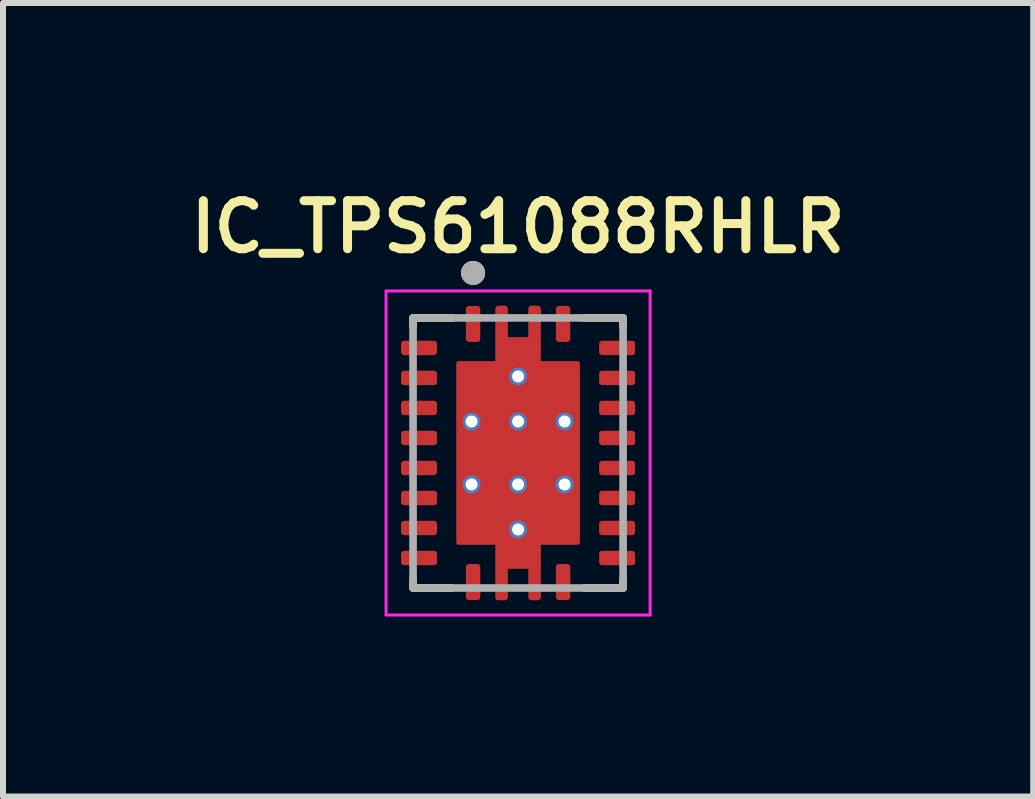
<source format=kicad_pcb>
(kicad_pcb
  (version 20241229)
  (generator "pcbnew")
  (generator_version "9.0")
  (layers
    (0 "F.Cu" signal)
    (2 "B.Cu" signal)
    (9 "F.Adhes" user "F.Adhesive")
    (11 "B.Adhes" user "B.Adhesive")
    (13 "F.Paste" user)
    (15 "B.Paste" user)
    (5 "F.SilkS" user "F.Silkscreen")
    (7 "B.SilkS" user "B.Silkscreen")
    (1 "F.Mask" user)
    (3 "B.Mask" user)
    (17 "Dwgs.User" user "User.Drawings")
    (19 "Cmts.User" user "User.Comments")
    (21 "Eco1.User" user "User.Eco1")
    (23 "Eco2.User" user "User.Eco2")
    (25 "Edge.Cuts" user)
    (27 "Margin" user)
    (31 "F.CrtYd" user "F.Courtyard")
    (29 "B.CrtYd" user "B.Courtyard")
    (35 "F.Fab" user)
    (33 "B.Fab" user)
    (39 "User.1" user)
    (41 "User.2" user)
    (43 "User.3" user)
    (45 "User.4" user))
  (footprint "IC_TPS61088RHLR"
    (layer "F.Cu")
    (at 5.583 4.498)
    (property "Reference" "IC_TPS61088RHLR" (at 0 -3.766 0) (layer "F.SilkS") (effects (font (size 0.801 0.801) (thickness 0.15))))
    (attr through_hole)
    (fp_line (start -1.75 -2.25) (end -1.1 -2.25) (stroke (width 0.127) (type solid)) (layer "F.SilkS"))
    (fp_line (start -1.75 -2.1) (end -1.75 -2.25) (stroke (width 0.127) (type solid)) (layer "F.SilkS"))
    (fp_line (start -1.75 2.1) (end -1.75 2.25) (stroke (width 0.127) (type solid)) (layer "F.SilkS"))
    (fp_line (start -1.75 2.25) (end -1.1 2.25) (stroke (width 0.127) (type solid)) (layer "F.SilkS"))
    (fp_line (start 1.1 -2.25) (end 1.75 -2.25) (stroke (width 0.127) (type solid)) (layer "F.SilkS"))
    (fp_line (start 1.1 2.25) (end 1.75 2.25) (stroke (width 0.127) (type solid)) (layer "F.SilkS"))
    (fp_line (start 1.75 -2.25) (end 1.75 -2.1) (stroke (width 0.127) (type solid)) (layer "F.SilkS"))
    (fp_line (start 1.75 2.25) (end 1.75 2.1) (stroke (width 0.127) (type solid)) (layer "F.SilkS"))
    (fp_circle (center -0.75 -3) (end -0.65 -3) (stroke (width 0.2) (type solid)) (fill no) (layer "F.SilkS"))
    (fp_poly (pts (xy -1.02 -0.625) (xy -0.1 -0.625) (xy -0.1 -1.475) (xy -1.02 -1.475)) (stroke (width 0.01) (type solid)) (fill yes) (layer "F.Paste"))
    (fp_poly (pts (xy -1.02 0.425) (xy -0.1 0.425) (xy -0.1 -0.425) (xy -1.02 -0.425)) (stroke (width 0.01) (type solid)) (fill yes) (layer "F.Paste"))
    (fp_poly (pts (xy -1.02 1.475) (xy -0.1 1.475) (xy -0.1 0.625) (xy -1.02 0.625)) (stroke (width 0.01) (type solid)) (fill yes) (layer "F.Paste"))
    (fp_poly (pts (xy 0.1 -0.625) (xy 1.02 -0.625) (xy 1.02 -1.475) (xy 0.1 -1.475)) (stroke (width 0.01) (type solid)) (fill yes) (layer "F.Paste"))
    (fp_poly (pts (xy 0.1 0.425) (xy 1.02 0.425) (xy 1.02 -0.425) (xy 0.1 -0.425)) (stroke (width 0.01) (type solid)) (fill yes) (layer "F.Paste"))
    (fp_poly (pts (xy 0.1 1.475) (xy 1.02 1.475) (xy 1.02 0.625) (xy 0.1 0.625)) (stroke (width 0.01) (type solid)) (fill yes) (layer "F.Paste"))
    (fp_poly (pts (xy -0.375 -1.675) (xy -0.375 -2.4) (xy -0.375 -2.403) (xy -0.375 -2.405) (xy -0.374 -2.408) (xy -0.374 -2.41) (xy -0.373 -2.413) (xy -0.373 -2.415) (xy -0.372 -2.418) (xy -0.371 -2.42) (xy -0.37 -2.423) (xy -0.368 -2.425) (xy -0.367 -2.427) (xy -0.365 -2.429) (xy -0.364 -2.431) (xy -0.362 -2.433) (xy -0.36 -2.435) (xy -0.358 -2.437) (xy -0.356 -2.439) (xy -0.354 -2.44) (xy -0.352 -2.442) (xy -0.35 -2.443) (xy -0.348 -2.445) (xy -0.345 -2.446) (xy -0.343 -2.447) (xy -0.34 -2.448) (xy -0.338 -2.448) (xy -0.335 -2.449) (xy -0.333 -2.449) (xy -0.33 -2.45) (xy -0.328 -2.45) (xy -0.325 -2.45) (xy -0.225 -2.45) (xy -0.222 -2.45) (xy -0.22 -2.45) (xy -0.217 -2.449) (xy -0.215 -2.449) (xy -0.212 -2.448) (xy -0.21 -2.448) (xy -0.207 -2.447) (xy -0.205 -2.446) (xy -0.202 -2.445) (xy -0.2 -2.443) (xy -0.198 -2.442) (xy -0.196 -2.44) (xy -0.194 -2.439) (xy -0.192 -2.437) (xy -0.19 -2.435) (xy -0.188 -2.433) (xy -0.186 -2.431) (xy -0.185 -2.429) (xy -0.183 -2.427) (xy -0.182 -2.425) (xy -0.18 -2.423) (xy -0.179 -2.42) (xy -0.178 -2.418) (xy -0.177 -2.415) (xy -0.177 -2.413) (xy -0.176 -2.41) (xy -0.176 -2.408) (xy -0.175 -2.405) (xy -0.175 -2.403) (xy -0.175 -2.4) (xy -0.175 -1.925) (xy 0.175 -1.925) (xy 0.175 -2.4) (xy 0.175 -2.403) (xy 0.175 -2.405) (xy 0.176 -2.408) (xy 0.176 -2.41) (xy 0.177 -2.413) (xy 0.177 -2.415) (xy 0.178 -2.418) (xy 0.179 -2.42) (xy 0.18 -2.423) (xy 0.182 -2.425) (xy 0.183 -2.427) (xy 0.185 -2.429) (xy 0.186 -2.431) (xy 0.188 -2.433) (xy 0.19 -2.435) (xy 0.192 -2.437) (xy 0.194 -2.439) (xy 0.196 -2.44) (xy 0.198 -2.442) (xy 0.2 -2.443) (xy 0.202 -2.445) (xy 0.205 -2.446) (xy 0.207 -2.447) (xy 0.21 -2.448) (xy 0.212 -2.448) (xy 0.215 -2.449) (xy 0.217 -2.449) (xy 0.22 -2.45) (xy 0.222 -2.45) (xy 0.225 -2.45) (xy 0.325 -2.45) (xy 0.328 -2.45) (xy 0.33 -2.45) (xy 0.333 -2.449) (xy 0.335 -2.449) (xy 0.338 -2.448) (xy 0.34 -2.448) (xy 0.343 -2.447) (xy 0.345 -2.446) (xy 0.348 -2.445) (xy 0.35 -2.443) (xy 0.352 -2.442) (xy 0.354 -2.44) (xy 0.356 -2.439) (xy 0.358 -2.437) (xy 0.36 -2.435) (xy 0.362 -2.433) (xy 0.364 -2.431) (xy 0.365 -2.429) (xy 0.367 -2.427) (xy 0.368 -2.425) (xy 0.37 -2.423) (xy 0.371 -2.42) (xy 0.372 -2.418) (xy 0.373 -2.415) (xy 0.373 -2.413) (xy 0.374 -2.41) (xy 0.374 -2.408) (xy 0.375 -2.405) (xy 0.375 -2.403) (xy 0.375 -2.4) (xy 0.375 -1.675) (xy -0.375 -1.675)) (stroke (width 0.01) (type solid)) (fill yes) (layer "F.Paste"))
    (fp_poly (pts (xy 0.375 1.675) (xy 0.375 2.4) (xy 0.375 2.403) (xy 0.375 2.405) (xy 0.374 2.408) (xy 0.374 2.41) (xy 0.373 2.413) (xy 0.373 2.415) (xy 0.372 2.418) (xy 0.371 2.42) (xy 0.37 2.423) (xy 0.368 2.425) (xy 0.367 2.427) (xy 0.365 2.429) (xy 0.364 2.431) (xy 0.362 2.433) (xy 0.36 2.435) (xy 0.358 2.437) (xy 0.356 2.439) (xy 0.354 2.44) (xy 0.352 2.442) (xy 0.35 2.443) (xy 0.348 2.445) (xy 0.345 2.446) (xy 0.343 2.447) (xy 0.34 2.448) (xy 0.338 2.448) (xy 0.335 2.449) (xy 0.333 2.449) (xy 0.33 2.45) (xy 0.328 2.45) (xy 0.325 2.45) (xy 0.225 2.45) (xy 0.222 2.45) (xy 0.22 2.45) (xy 0.217 2.449) (xy 0.215 2.449) (xy 0.212 2.448) (xy 0.21 2.448) (xy 0.207 2.447) (xy 0.205 2.446) (xy 0.202 2.445) (xy 0.2 2.443) (xy 0.198 2.442) (xy 0.196 2.44) (xy 0.194 2.439) (xy 0.192 2.437) (xy 0.19 2.435) (xy 0.188 2.433) (xy 0.186 2.431) (xy 0.185 2.429) (xy 0.183 2.427) (xy 0.182 2.425) (xy 0.18 2.423) (xy 0.179 2.42) (xy 0.178 2.418) (xy 0.177 2.415) (xy 0.177 2.413) (xy 0.176 2.41) (xy 0.176 2.408) (xy 0.175 2.405) (xy 0.175 2.403) (xy 0.175 2.4) (xy 0.175 1.925) (xy -0.175 1.925) (xy -0.175 2.4) (xy -0.175 2.403) (xy -0.175 2.405) (xy -0.176 2.408) (xy -0.176 2.41) (xy -0.177 2.413) (xy -0.177 2.415) (xy -0.178 2.418) (xy -0.179 2.42) (xy -0.18 2.423) (xy -0.182 2.425) (xy -0.183 2.427) (xy -0.185 2.429) (xy -0.186 2.431) (xy -0.188 2.433) (xy -0.19 2.435) (xy -0.192 2.437) (xy -0.194 2.439) (xy -0.196 2.44) (xy -0.198 2.442) (xy -0.2 2.443) (xy -0.202 2.445) (xy -0.205 2.446) (xy -0.207 2.447) (xy -0.21 2.448) (xy -0.212 2.448) (xy -0.215 2.449) (xy -0.217 2.449) (xy -0.22 2.45) (xy -0.222 2.45) (xy -0.225 2.45) (xy -0.325 2.45) (xy -0.328 2.45) (xy -0.33 2.45) (xy -0.333 2.449) (xy -0.335 2.449) (xy -0.338 2.448) (xy -0.34 2.448) (xy -0.343 2.447) (xy -0.345 2.446) (xy -0.348 2.445) (xy -0.35 2.443) (xy -0.352 2.442) (xy -0.354 2.44) (xy -0.356 2.439) (xy -0.358 2.437) (xy -0.36 2.435) (xy -0.362 2.433) (xy -0.364 2.431) (xy -0.365 2.429) (xy -0.367 2.427) (xy -0.368 2.425) (xy -0.37 2.423) (xy -0.371 2.42) (xy -0.372 2.418) (xy -0.373 2.415) (xy -0.373 2.413) (xy -0.374 2.41) (xy -0.374 2.408) (xy -0.375 2.405) (xy -0.375 2.403) (xy -0.375 2.4) (xy -0.375 1.675) (xy 0.375 1.675)) (stroke (width 0.01) (type solid)) (fill yes) (layer "F.Paste"))
    (fp_line (start -2.2 -2.7) (end -2.2 2.7) (stroke (width 0.05) (type solid)) (layer "F.CrtYd"))
    (fp_line (start -2.2 2.7) (end 2.2 2.7) (stroke (width 0.05) (type solid)) (layer "F.CrtYd"))
    (fp_line (start 2.2 -2.7) (end -2.2 -2.7) (stroke (width 0.05) (type solid)) (layer "F.CrtYd"))
    (fp_line (start 2.2 2.7) (end 2.2 -2.7) (stroke (width 0.05) (type solid)) (layer "F.CrtYd"))
    (fp_line (start -1.75 -2.25) (end 1.75 -2.25) (stroke (width 0.127) (type solid)) (layer "F.Fab"))
    (fp_line (start -1.75 2.25) (end -1.75 -2.25) (stroke (width 0.127) (type solid)) (layer "F.Fab"))
    (fp_line (start 1.75 -2.25) (end 1.75 2.25) (stroke (width 0.127) (type solid)) (layer "F.Fab"))
    (fp_line (start 1.75 2.25) (end -1.75 2.25) (stroke (width 0.127) (type solid)) (layer "F.Fab"))
    (fp_circle (center -0.75 -3) (end -0.65 -3) (stroke (width 0.2) (type solid)) (fill no) (layer "F.Fab"))
    (pad "1" smd roundrect (at -0.75 -2.15) (size 0.24 0.6) (layers "F.Cu" "F.Mask" "F.Paste") (roundrect_rratio 0.21))
    (pad "2" smd roundrect (at -1.65 -1.75) (size 0.6 0.24) (layers "F.Cu" "F.Mask" "F.Paste") (roundrect_rratio 0.21))
    (pad "3" smd roundrect (at -1.65 -1.25) (size 0.6 0.24) (layers "F.Cu" "F.Mask" "F.Paste") (roundrect_rratio 0.21))
    (pad "4" smd roundrect (at -1.65 -0.75) (size 0.6 0.24) (layers "F.Cu" "F.Mask" "F.Paste") (roundrect_rratio 0.21))
    (pad "5" smd roundrect (at -1.65 -0.25) (size 0.6 0.24) (layers "F.Cu" "F.Mask" "F.Paste") (roundrect_rratio 0.21))
    (pad "6" smd roundrect (at -1.65 0.25) (size 0.6 0.24) (layers "F.Cu" "F.Mask" "F.Paste") (roundrect_rratio 0.21))
    (pad "7" smd roundrect (at -1.65 0.75) (size 0.6 0.24) (layers "F.Cu" "F.Mask" "F.Paste") (roundrect_rratio 0.21))
    (pad "8" smd roundrect (at -1.65 1.25) (size 0.6 0.24) (layers "F.Cu" "F.Mask" "F.Paste") (roundrect_rratio 0.21))
    (pad "9" smd roundrect (at -1.65 1.75) (size 0.6 0.24) (layers "F.Cu" "F.Mask" "F.Paste") (roundrect_rratio 0.21))
    (pad "10" smd roundrect (at -0.75 2.15) (size 0.24 0.6) (layers "F.Cu" "F.Mask" "F.Paste") (roundrect_rratio 0.21))
    (pad "11" smd roundrect (at 0.75 2.15) (size 0.24 0.6) (layers "F.Cu" "F.Mask" "F.Paste") (roundrect_rratio 0.21))
    (pad "12" smd roundrect (at 1.65 1.75) (size 0.6 0.24) (layers "F.Cu" "F.Mask" "F.Paste") (roundrect_rratio 0.21))
    (pad "13" smd roundrect (at 1.65 1.25) (size 0.6 0.24) (layers "F.Cu" "F.Mask" "F.Paste") (roundrect_rratio 0.21))
    (pad "14" smd roundrect (at 1.65 0.75) (size 0.6 0.24) (layers "F.Cu" "F.Mask" "F.Paste") (roundrect_rratio 0.21))
    (pad "15" smd roundrect (at 1.65 0.25) (size 0.6 0.24) (layers "F.Cu" "F.Mask" "F.Paste") (roundrect_rratio 0.21))
    (pad "16" smd roundrect (at 1.65 -0.25) (size 0.6 0.24) (layers "F.Cu" "F.Mask" "F.Paste") (roundrect_rratio 0.21))
    (pad "17" smd roundrect (at 1.65 -0.75) (size 0.6 0.24) (layers "F.Cu" "F.Mask" "F.Paste") (roundrect_rratio 0.21))
    (pad "18" smd roundrect (at 1.65 -1.25) (size 0.6 0.24) (layers "F.Cu" "F.Mask" "F.Paste") (roundrect_rratio 0.21))
    (pad "19" smd roundrect (at 1.65 -1.75) (size 0.6 0.24) (layers "F.Cu" "F.Mask" "F.Paste") (roundrect_rratio 0.21))
    (pad "20" smd roundrect (at 0.75 -2.15) (size 0.24 0.6) (layers "F.Cu" "F.Mask" "F.Paste") (roundrect_rratio 0.21))
    (pad "21" thru_hole circle (at -0.775 -0.525) (size 0.3 0.3) (drill 0.2) (layers "*.Cu" "*.Mask"))
    (pad "21" thru_hole circle (at -0.775 0.525) (size 0.3 0.3) (drill 0.2) (layers "*.Cu" "*.Mask"))
    (pad "21" thru_hole circle (at 0 -1.275) (size 0.3 0.3) (drill 0.2) (layers "*.Cu" "*.Mask"))
    (pad "21" thru_hole circle (at 0 -0.525) (size 0.3 0.3) (drill 0.2) (layers "*.Cu" "*.Mask"))
    (pad "21" smd custom (at 0 0) (size 2.05 3.05) (layers "F.Cu" "F.Mask") (options (anchor rect)) (primitives (gr_poly (pts (xy -0.375 -1.525) (xy -0.375 -2.4) (xy -0.375 -2.403) (xy -0.375 -2.405) (xy -0.374 -2.408) (xy -0.374 -2.41) (xy -0.373 -2.413) (xy -0.373 -2.415) (xy -0.372 -2.418) (xy -0.371 -2.42) (xy -0.37 -2.423) (xy -0.368 -2.425) (xy -0.367 -2.427) (xy -0.365 -2.429) (xy -0.364 -2.431) (xy -0.362 -2.433) (xy -0.36 -2.435) (xy -0.358 -2.437) (xy -0.356 -2.439) (xy -0.354 -2.44) (xy -0.352 -2.442) (xy -0.35 -2.443) (xy -0.348 -2.445) (xy -0.345 -2.446) (xy -0.343 -2.447) (xy -0.34 -2.448) (xy -0.338 -2.448) (xy -0.335 -2.449) (xy -0.333 -2.449) (xy -0.33 -2.45) (xy -0.328 -2.45) (xy -0.325 -2.45) (xy -0.225 -2.45) (xy -0.222 -2.45) (xy -0.22 -2.45) (xy -0.217 -2.449) (xy -0.215 -2.449) (xy -0.212 -2.448) (xy -0.21 -2.448) (xy -0.207 -2.447) (xy -0.205 -2.446) (xy -0.202 -2.445) (xy -0.2 -2.443) (xy -0.198 -2.442) (xy -0.196 -2.44) (xy -0.194 -2.439) (xy -0.192 -2.437) (xy -0.19 -2.435) (xy -0.188 -2.433) (xy -0.186 -2.431) (xy -0.185 -2.429) (xy -0.183 -2.427) (xy -0.182 -2.425) (xy -0.18 -2.423) (xy -0.179 -2.42) (xy -0.178 -2.418) (xy -0.177 -2.415) (xy -0.177 -2.413) (xy -0.176 -2.41) (xy -0.176 -2.408) (xy -0.175 -2.405) (xy -0.175 -2.403) (xy -0.175 -2.4) (xy -0.175 -1.925) (xy 0.175 -1.925) (xy 0.175 -2.4) (xy 0.175 -2.403) (xy 0.175 -2.405) (xy 0.176 -2.408) (xy 0.176 -2.41) (xy 0.177 -2.413) (xy 0.177 -2.415) (xy 0.178 -2.418) (xy 0.179 -2.42) (xy 0.18 -2.423) (xy 0.182 -2.425) (xy 0.183 -2.427) (xy 0.185 -2.429) (xy 0.186 -2.431) (xy 0.188 -2.433) (xy 0.19 -2.435) (xy 0.192 -2.437) (xy 0.194 -2.439) (xy 0.196 -2.44) (xy 0.198 -2.442) (xy 0.2 -2.443) (xy 0.202 -2.445) (xy 0.205 -2.446) (xy 0.207 -2.447) (xy 0.21 -2.448) (xy 0.212 -2.448) (xy 0.215 -2.449) (xy 0.217 -2.449) (xy 0.22 -2.45) (xy 0.222 -2.45) (xy 0.225 -2.45) (xy 0.325 -2.45) (xy 0.328 -2.45) (xy 0.33 -2.45) (xy 0.333 -2.449) (xy 0.335 -2.449) (xy 0.338 -2.448) (xy 0.34 -2.448) (xy 0.343 -2.447) (xy 0.345 -2.446) (xy 0.348 -2.445) (xy 0.35 -2.443) (xy 0.352 -2.442) (xy 0.354 -2.44) (xy 0.356 -2.439) (xy 0.358 -2.437) (xy 0.36 -2.435) (xy 0.362 -2.433) (xy 0.364 -2.431) (xy 0.365 -2.429) (xy 0.367 -2.427) (xy 0.368 -2.425) (xy 0.37 -2.423) (xy 0.371 -2.42) (xy 0.372 -2.418) (xy 0.373 -2.415) (xy 0.373 -2.413) (xy 0.374 -2.41) (xy 0.374 -2.408) (xy 0.375 -2.405) (xy 0.375 -2.403) (xy 0.375 -2.4) (xy 0.375 -1.525) (xy 0.975 -1.525) (xy 0.978 -1.525) (xy 0.98 -1.525) (xy 0.983 -1.524) (xy 0.985 -1.524) (xy 0.988 -1.523) (xy 0.99 -1.523) (xy 0.993 -1.522) (xy 0.995 -1.521) (xy 0.998 -1.52) (xy 1 -1.518) (xy 1.002 -1.517) (xy 1.004 -1.515) (xy 1.006 -1.514) (xy 1.008 -1.512) (xy 1.01 -1.51) (xy 1.012 -1.508) (xy 1.014 -1.506) (xy 1.015 -1.504) (xy 1.017 -1.502) (xy 1.018 -1.5) (xy 1.02 -1.498) (xy 1.021 -1.495) (xy 1.022 -1.493) (xy 1.023 -1.49) (xy 1.023 -1.488) (xy 1.024 -1.485) (xy 1.024 -1.483) (xy 1.025 -1.48) (xy 1.025 -1.478) (xy 1.025 -1.475) (xy 1.025 1.475) (xy 1.025 1.478) (xy 1.025 1.48) (xy 1.024 1.483) (xy 1.024 1.485) (xy 1.023 1.488) (xy 1.023 1.49) (xy 1.022 1.493) (xy 1.021 1.495) (xy 1.02 1.498) (xy 1.018 1.5) (xy 1.017 1.502) (xy 1.015 1.504) (xy 1.014 1.506) (xy 1.012 1.508) (xy 1.01 1.51) (xy 1.008 1.512) (xy 1.006 1.514) (xy 1.004 1.515) (xy 1.002 1.517) (xy 1 1.518) (xy 0.998 1.52) (xy 0.995 1.521) (xy 0.993 1.522) (xy 0.99 1.523) (xy 0.988 1.523) (xy 0.985 1.524) (xy 0.983 1.524) (xy 0.98 1.525) (xy 0.978 1.525) (xy 0.975 1.525) (xy 0.375 1.525) (xy 0.375 2.4) (xy 0.375 2.403) (xy 0.375 2.405) (xy 0.374 2.408) (xy 0.374 2.41) (xy 0.373 2.413) (xy 0.373 2.415) (xy 0.372 2.418) (xy 0.371 2.42) (xy 0.37 2.423) (xy 0.368 2.425) (xy 0.367 2.427) (xy 0.365 2.429) (xy 0.364 2.431) (xy 0.362 2.433) (xy 0.36 2.435) (xy 0.358 2.437) (xy 0.356 2.439) (xy 0.354 2.44) (xy 0.352 2.442) (xy 0.35 2.443) (xy 0.348 2.445) (xy 0.345 2.446) (xy 0.343 2.447) (xy 0.34 2.448) (xy 0.338 2.448) (xy 0.335 2.449) (xy 0.333 2.449) (xy 0.33 2.45) (xy 0.328 2.45) (xy 0.325 2.45) (xy 0.225 2.45) (xy 0.222 2.45) (xy 0.22 2.45) (xy 0.217 2.449) (xy 0.215 2.449) (xy 0.212 2.448) (xy 0.21 2.448) (xy 0.207 2.447) (xy 0.205 2.446) (xy 0.202 2.445) (xy 0.2 2.443) (xy 0.198 2.442) (xy 0.196 2.44) (xy 0.194 2.439) (xy 0.192 2.437) (xy 0.19 2.435) (xy 0.188 2.433) (xy 0.186 2.431) (xy 0.185 2.429) (xy 0.183 2.427) (xy 0.182 2.425) (xy 0.18 2.423) (xy 0.179 2.42) (xy 0.178 2.418) (xy 0.177 2.415) (xy 0.177 2.413) (xy 0.176 2.41) (xy 0.176 2.408) (xy 0.175 2.405) (xy 0.175 2.403) (xy 0.175 2.4) (xy 0.175 1.925) (xy -0.175 1.925) (xy -0.175 2.4) (xy -0.175 2.403) (xy -0.175 2.405) (xy -0.176 2.408) (xy -0.176 2.41) (xy -0.177 2.413) (xy -0.177 2.415) (xy -0.178 2.418) (xy -0.179 2.42) (xy -0.18 2.423) (xy -0.182 2.425) (xy -0.183 2.427) (xy -0.185 2.429) (xy -0.186 2.431) (xy -0.188 2.433) (xy -0.19 2.435) (xy -0.192 2.437) (xy -0.194 2.439) (xy -0.196 2.44) (xy -0.198 2.442) (xy -0.2 2.443) (xy -0.202 2.445) (xy -0.205 2.446) (xy -0.207 2.447) (xy -0.21 2.448) (xy -0.212 2.448) (xy -0.215 2.449) (xy -0.217 2.449) (xy -0.22 2.45) (xy -0.222 2.45) (xy -0.225 2.45) (xy -0.325 2.45) (xy -0.328 2.45) (xy -0.33 2.45) (xy -0.333 2.449) (xy -0.335 2.449) (xy -0.338 2.448) (xy -0.34 2.448) (xy -0.343 2.447) (xy -0.345 2.446) (xy -0.348 2.445) (xy -0.35 2.443) (xy -0.352 2.442) (xy -0.354 2.44) (xy -0.356 2.439) (xy -0.358 2.437) (xy -0.36 2.435) (xy -0.362 2.433) (xy -0.364 2.431) (xy -0.365 2.429) (xy -0.367 2.427) (xy -0.368 2.425) (xy -0.37 2.423) (xy -0.371 2.42) (xy -0.372 2.418) (xy -0.373 2.415) (xy -0.373 2.413) (xy -0.374 2.41) (xy -0.374 2.408) (xy -0.375 2.405) (xy -0.375 2.403) (xy -0.375 2.4) (xy -0.375 1.525) (xy -0.975 1.525) (xy -0.978 1.525) (xy -0.98 1.525) (xy -0.983 1.524) (xy -0.985 1.524) (xy -0.988 1.523) (xy -0.99 1.523) (xy -0.993 1.522) (xy -0.995 1.521) (xy -0.998 1.52) (xy -1 1.518) (xy -1.002 1.517) (xy -1.004 1.515) (xy -1.006 1.514) (xy -1.008 1.512) (xy -1.01 1.51) (xy -1.012 1.508) (xy -1.014 1.506) (xy -1.015 1.504) (xy -1.017 1.502) (xy -1.018 1.5) (xy -1.02 1.498) (xy -1.021 1.495) (xy -1.022 1.493) (xy -1.023 1.49) (xy -1.023 1.488) (xy -1.024 1.485) (xy -1.024 1.483) (xy -1.025 1.48) (xy -1.025 1.478) (xy -1.025 1.475) (xy -1.025 -1.475) (xy -1.025 -1.478) (xy -1.025 -1.48) (xy -1.024 -1.483) (xy -1.024 -1.485) (xy -1.023 -1.488) (xy -1.023 -1.49) (xy -1.022 -1.493) (xy -1.021 -1.495) (xy -1.02 -1.498) (xy -1.018 -1.5) (xy -1.017 -1.502) (xy -1.015 -1.504) (xy -1.014 -1.506) (xy -1.012 -1.508) (xy -1.01 -1.51) (xy -1.008 -1.512) (xy -1.006 -1.514) (xy -1.004 -1.515) (xy -1.002 -1.517) (xy -1 -1.518) (xy -0.998 -1.52) (xy -0.995 -1.521) (xy -0.993 -1.522) (xy -0.99 -1.523) (xy -0.988 -1.523) (xy -0.985 -1.524) (xy -0.983 -1.524) (xy -0.98 -1.525) (xy -0.978 -1.525) (xy -0.975 -1.525) (xy -0.375 -1.525)) (width 0.01) (fill yes))))
    (pad "21" thru_hole circle (at 0 0.525) (size 0.3 0.3) (drill 0.2) (layers "*.Cu" "*.Mask"))
    (pad "21" thru_hole circle (at 0 1.275) (size 0.3 0.3) (drill 0.2) (layers "*.Cu" "*.Mask"))
    (pad "21" thru_hole circle (at 0.775 -0.525) (size 0.3 0.3) (drill 0.2) (layers "*.Cu" "*.Mask"))
    (pad "21" thru_hole circle (at 0.775 0.525) (size 0.3 0.3) (drill 0.2) (layers "*.Cu" "*.Mask")))
  (gr_rect
    (start -3 -3)
    (end 14.167 10.223)
    (stroke (width 0.1) (type default))
    (fill no)
    (layer "Edge.Cuts")))
</source>
